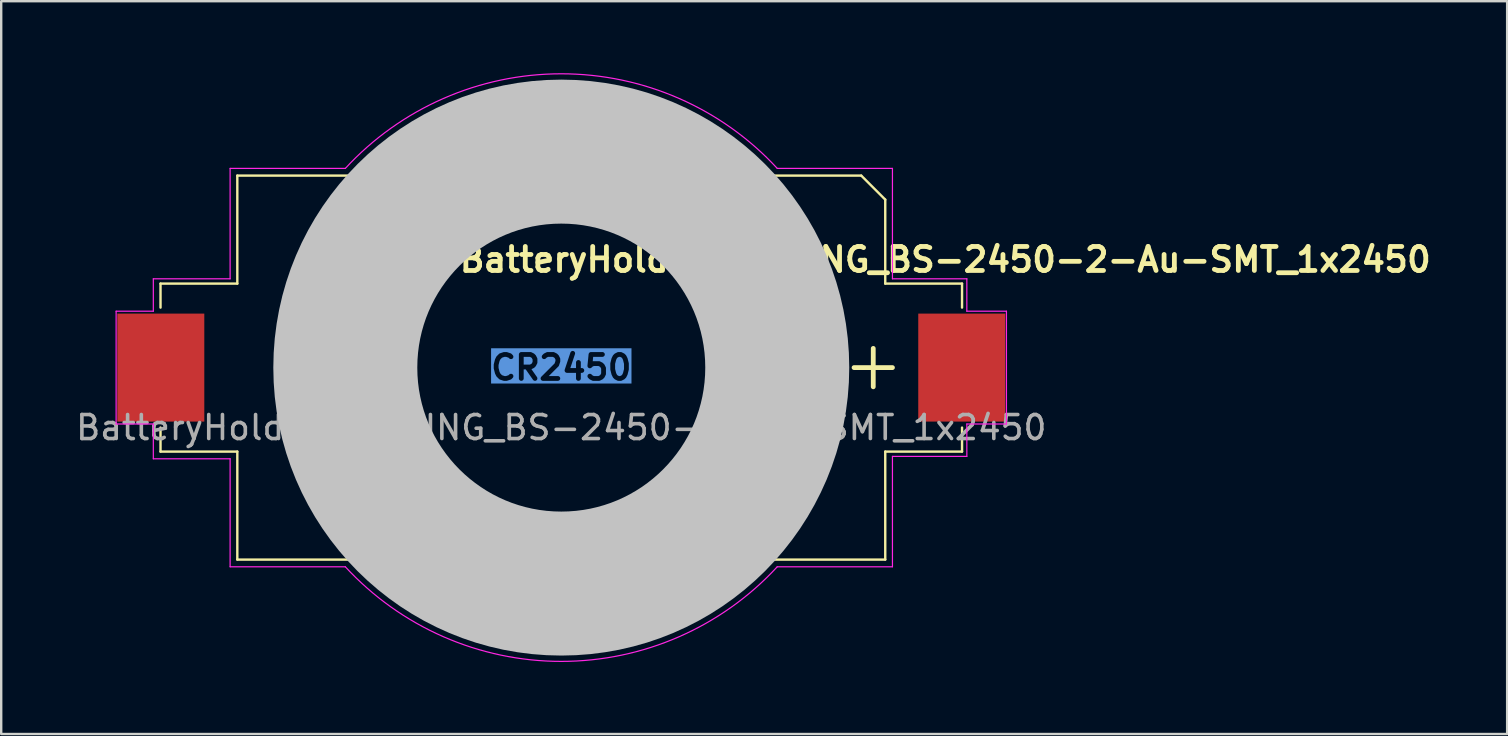
<source format=kicad_pcb>
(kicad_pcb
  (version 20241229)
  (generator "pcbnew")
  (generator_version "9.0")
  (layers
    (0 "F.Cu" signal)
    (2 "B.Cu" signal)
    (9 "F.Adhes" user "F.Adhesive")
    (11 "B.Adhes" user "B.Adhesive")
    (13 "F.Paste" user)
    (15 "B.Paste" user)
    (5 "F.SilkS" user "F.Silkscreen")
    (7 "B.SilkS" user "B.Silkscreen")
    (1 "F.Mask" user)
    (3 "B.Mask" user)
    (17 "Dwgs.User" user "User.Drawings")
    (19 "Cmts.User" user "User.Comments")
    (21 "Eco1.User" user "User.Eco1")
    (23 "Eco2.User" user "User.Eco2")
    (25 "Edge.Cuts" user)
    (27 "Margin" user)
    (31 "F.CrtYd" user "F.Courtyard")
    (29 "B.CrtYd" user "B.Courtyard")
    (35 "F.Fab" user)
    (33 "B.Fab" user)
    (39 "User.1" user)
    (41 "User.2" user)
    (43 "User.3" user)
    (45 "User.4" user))
  (footprint "BatteryHolder_MYOUNG_BS-2450-2-Au-SMT_1x2450"
    (layer "F.Cu")
    (at 20.339 12.268)
    (property "Reference" "BatteryHolder_MYOUNG_BS-2450-2-Au-SMT_1x2450" (at 16 -4.5 0) (unlocked yes) (layer "F.SilkS") (effects (font (size 1 1) (thickness 0.2) (bold yes))))
    (attr smd)
    (fp_line (start -16.7 -3.5) (end -16.7 -2.5) (stroke (width 0.1) (type default)) (layer "F.SilkS"))
    (fp_line (start -16.7 3.5) (end -16.7 2.5) (stroke (width 0.1) (type default)) (layer "F.SilkS"))
    (fp_line (start -13.5 -8) (end -13.5 -3.5) (stroke (width 0.1) (type default)) (layer "F.SilkS"))
    (fp_line (start -13.5 -3.5) (end -16.7 -3.5) (stroke (width 0.1) (type default)) (layer "F.SilkS"))
    (fp_line (start -13.5 3.5) (end -16.7 3.5) (stroke (width 0.1) (type default)) (layer "F.SilkS"))
    (fp_line (start -13.5 8) (end -13.5 3.5) (stroke (width 0.1) (type default)) (layer "F.SilkS"))
    (fp_line (start -13.5 8) (end 13.5 8) (stroke (width 0.1) (type default)) (layer "F.SilkS"))
    (fp_line (start 12.2 0) (end 13.8 0) (stroke (width 0.2) (type default)) (layer "F.SilkS"))
    (fp_line (start 12.5 -8) (end -13.5 -8) (stroke (width 0.1) (type default)) (layer "F.SilkS"))
    (fp_line (start 12.5 -8) (end 13.5 -7) (stroke (width 0.1) (type default)) (layer "F.SilkS"))
    (fp_line (start 13 -0.8) (end 13 0.8) (stroke (width 0.2) (type default)) (layer "F.SilkS"))
    (fp_line (start 13.5 -7) (end 13.5 -3.5) (stroke (width 0.1) (type default)) (layer "F.SilkS"))
    (fp_line (start 13.5 -3.5) (end 16.7 -3.5) (stroke (width 0.1) (type default)) (layer "F.SilkS"))
    (fp_line (start 13.5 3.5) (end 16.7 3.5) (stroke (width 0.1) (type default)) (layer "F.SilkS"))
    (fp_line (start 13.5 8) (end 13.5 3.5) (stroke (width 0.1) (type default)) (layer "F.SilkS"))
    (fp_line (start 16.7 -3.5) (end 16.7 -2.5) (stroke (width 0.1) (type default)) (layer "F.SilkS"))
    (fp_line (start 16.7 3.5) (end 16.7 2.5) (stroke (width 0.1) (type default)) (layer "F.SilkS"))
    (fp_circle (center 0 0) (end 9 0) (stroke (width 6) (type solid)) (fill no) (layer "Dwgs.User"))
    (fp_line (start -18.55 -2.35) (end -18.55 2.35) (stroke (width 0.05) (type default)) (layer "F.CrtYd"))
    (fp_line (start -18.55 2.35) (end -17 2.35) (stroke (width 0.05) (type default)) (layer "F.CrtYd"))
    (fp_line (start -17 -3.7) (end -17 -2.35) (stroke (width 0.05) (type default)) (layer "F.CrtYd"))
    (fp_line (start -17 -2.35) (end -18.55 -2.35) (stroke (width 0.05) (type default)) (layer "F.CrtYd"))
    (fp_line (start -17 2.35) (end -17 3.8) (stroke (width 0.05) (type default)) (layer "F.CrtYd"))
    (fp_line (start -17 3.8) (end -13.8 3.8) (stroke (width 0.05) (type default)) (layer "F.CrtYd"))
    (fp_line (start -13.8 -8.3) (end -9 -8.3) (stroke (width 0.05) (type default)) (layer "F.CrtYd"))
    (fp_line (start -13.8 -3.7) (end -17 -3.7) (stroke (width 0.05) (type default)) (layer "F.CrtYd"))
    (fp_line (start -13.8 -3.7) (end -13.8 -8.3) (stroke (width 0.05) (type default)) (layer "F.CrtYd"))
    (fp_line (start -13.8 3.8) (end -13.8 8.3) (stroke (width 0.05) (type default)) (layer "F.CrtYd"))
    (fp_line (start -13.8 8.3) (end -9 8.3) (stroke (width 0.05) (type default)) (layer "F.CrtYd"))
    (fp_line (start 13.8 -8.3) (end 9 -8.3) (stroke (width 0.05) (type default)) (layer "F.CrtYd"))
    (fp_line (start 13.8 -8.3) (end 13.8 -3.7) (stroke (width 0.05) (type default)) (layer "F.CrtYd"))
    (fp_line (start 13.8 -3.7) (end 16.9 -3.7) (stroke (width 0.05) (type default)) (layer "F.CrtYd"))
    (fp_line (start 13.8 3.7) (end 13.8 8.3) (stroke (width 0.05) (type default)) (layer "F.CrtYd"))
    (fp_line (start 13.8 8.3) (end 9 8.3) (stroke (width 0.05) (type default)) (layer "F.CrtYd"))
    (fp_line (start 16.9 -3.7) (end 16.9 -2.35) (stroke (width 0.05) (type default)) (layer "F.CrtYd"))
    (fp_line (start 16.9 -2.35) (end 18.55 -2.35) (stroke (width 0.05) (type default)) (layer "F.CrtYd"))
    (fp_line (start 16.9 2.35) (end 16.9 3.7) (stroke (width 0.05) (type default)) (layer "F.CrtYd"))
    (fp_line (start 16.9 3.7) (end 13.8 3.7) (stroke (width 0.05) (type default)) (layer "F.CrtYd"))
    (fp_line (start 18.55 -2.35) (end 18.55 2.35) (stroke (width 0.05) (type default)) (layer "F.CrtYd"))
    (fp_line (start 18.55 2.35) (end 16.9 2.35) (stroke (width 0.05) (type default)) (layer "F.CrtYd"))
    (fp_arc (start -9 -8.3) (mid 0 -12.242957) (end 9 -8.3) (stroke (width 0.05) (type default)) (layer "F.CrtYd"))
    (fp_arc (start 9 8.3) (mid 0 12.242957) (end -9 8.3) (stroke (width 0.05) (type default)) (layer "F.CrtYd"))
    (fp_text user "CR2450" (at 0 0 0) (unlocked yes) (layer "Cmts.User" knockout) (effects (font (size 1 1) (thickness 0.2) (bold yes))))
    (fp_text user "${REFERENCE}" (at 0 2.5 0) (unlocked yes) (layer "F.Fab") (effects (font (size 1 1) (thickness 0.15))))
    (pad "1" smd rect (at 16.688 0) (size 3.625 4.5) (layers "F.Cu" "F.Mask" "F.Paste"))
    (pad "2" smd rect (at -16.688 0) (size 3.625 4.5) (layers "F.Cu" "F.Mask" "F.Paste")))
  (gr_rect
    (start -3 -3)
    (end 59.754 27.536)
    (stroke (width 0.1) (type default))
    (fill no)
    (layer "Edge.Cuts")))
</source>
